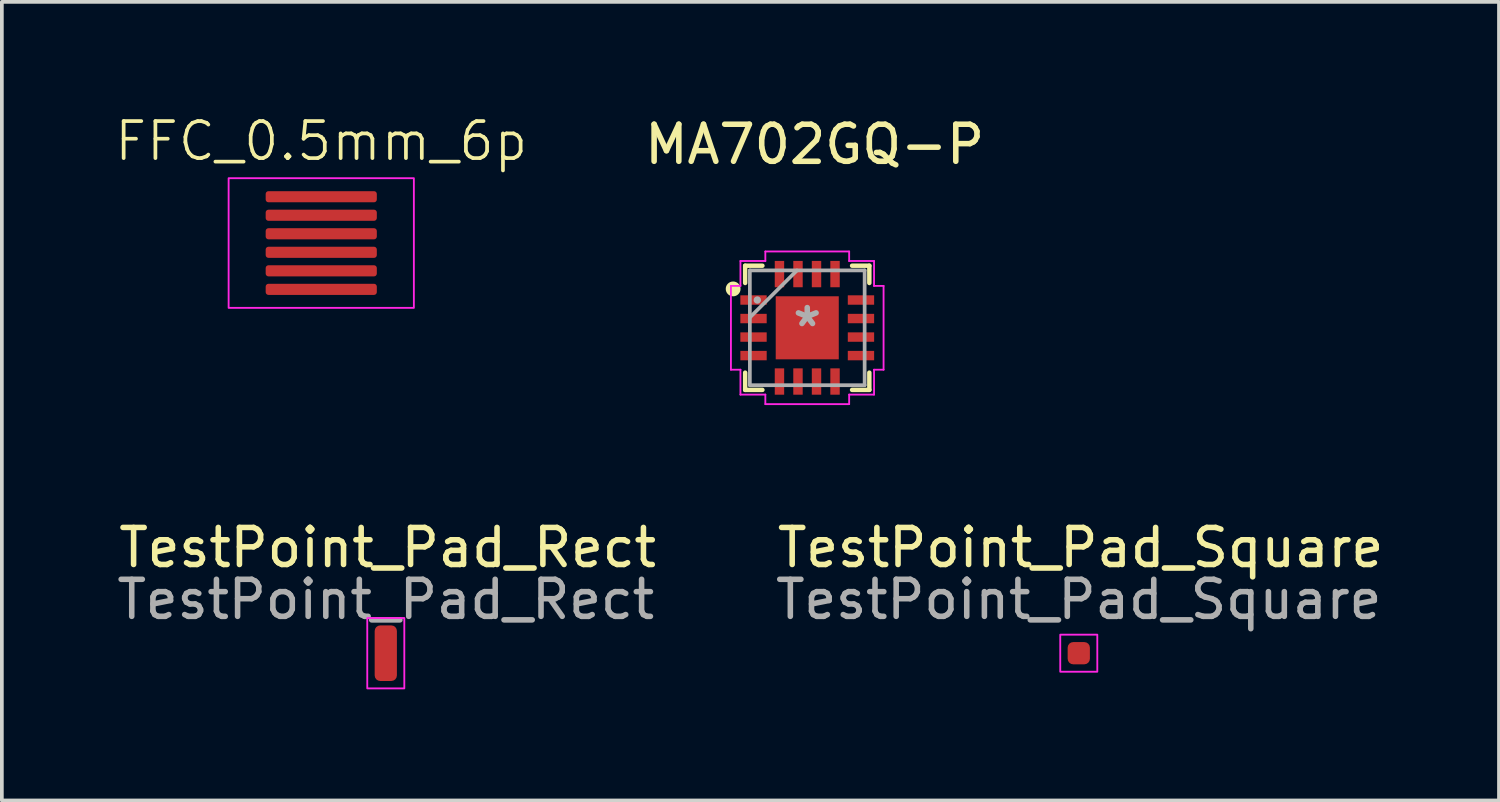
<source format=kicad_pcb>
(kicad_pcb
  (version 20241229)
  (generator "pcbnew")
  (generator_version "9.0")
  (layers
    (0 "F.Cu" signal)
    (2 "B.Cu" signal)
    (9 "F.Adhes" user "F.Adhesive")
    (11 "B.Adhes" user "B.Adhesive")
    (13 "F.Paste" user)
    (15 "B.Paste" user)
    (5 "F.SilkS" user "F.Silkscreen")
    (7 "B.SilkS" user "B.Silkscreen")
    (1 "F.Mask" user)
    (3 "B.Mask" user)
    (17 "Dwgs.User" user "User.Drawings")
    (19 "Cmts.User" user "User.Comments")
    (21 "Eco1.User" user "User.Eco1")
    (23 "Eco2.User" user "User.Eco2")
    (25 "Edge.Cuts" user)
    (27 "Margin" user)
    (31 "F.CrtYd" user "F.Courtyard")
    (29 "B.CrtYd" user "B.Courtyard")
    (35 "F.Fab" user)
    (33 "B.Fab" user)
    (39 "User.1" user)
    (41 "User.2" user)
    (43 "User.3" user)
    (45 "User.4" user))
  (footprint "MA702GQ-P"
    (layer "F.Cu")
    (at 18.739 5.798)
    (property "Reference" "MA702GQ-P" (at 0.2 -4.95 0) (layer "F.SilkS") (effects (font (size 1 1) (thickness 0.15))))
    (attr smd)
    (fp_line (start -1.676 -1.676) (end -1.676 -1.21) (stroke (width 0.12) (type solid)) (layer "F.SilkS"))
    (fp_line (start -1.676 1.21) (end -1.676 1.676) (stroke (width 0.12) (type solid)) (layer "F.SilkS"))
    (fp_line (start -1.676 1.676) (end -1.21 1.676) (stroke (width 0.12) (type solid)) (layer "F.SilkS"))
    (fp_line (start -1.21 -1.676) (end -1.676 -1.676) (stroke (width 0.12) (type solid)) (layer "F.SilkS"))
    (fp_line (start 1.21 1.676) (end 1.676 1.676) (stroke (width 0.12) (type solid)) (layer "F.SilkS"))
    (fp_line (start 1.676 -1.676) (end 1.21 -1.676) (stroke (width 0.12) (type solid)) (layer "F.SilkS"))
    (fp_line (start 1.676 -1.21) (end 1.676 -1.676) (stroke (width 0.12) (type solid)) (layer "F.SilkS"))
    (fp_line (start 1.676 1.676) (end 1.676 1.21) (stroke (width 0.12) (type solid)) (layer "F.SilkS"))
    (fp_circle (center -2 -1.05) (end -1.8 -1.05) (stroke (width 0) (type solid)) (fill yes) (layer "F.SilkS"))
    (fp_line (start -2.06 -1.131) (end -1.803 -1.131) (stroke (width 0.05) (type solid)) (layer "F.CrtYd"))
    (fp_line (start -2.06 1.131) (end -2.06 -1.131) (stroke (width 0.05) (type solid)) (layer "F.CrtYd"))
    (fp_line (start -1.803 -1.803) (end -1.131 -1.803) (stroke (width 0.05) (type solid)) (layer "F.CrtYd"))
    (fp_line (start -1.803 -1.131) (end -1.803 -1.803) (stroke (width 0.05) (type solid)) (layer "F.CrtYd"))
    (fp_line (start -1.803 1.131) (end -2.06 1.131) (stroke (width 0.05) (type solid)) (layer "F.CrtYd"))
    (fp_line (start -1.803 1.803) (end -1.803 1.131) (stroke (width 0.05) (type solid)) (layer "F.CrtYd"))
    (fp_line (start -1.131 -2.06) (end 1.131 -2.06) (stroke (width 0.05) (type solid)) (layer "F.CrtYd"))
    (fp_line (start -1.131 -1.803) (end -1.131 -2.06) (stroke (width 0.05) (type solid)) (layer "F.CrtYd"))
    (fp_line (start -1.131 1.803) (end -1.803 1.803) (stroke (width 0.05) (type solid)) (layer "F.CrtYd"))
    (fp_line (start -1.131 2.06) (end -1.131 1.803) (stroke (width 0.05) (type solid)) (layer "F.CrtYd"))
    (fp_line (start 1.131 -2.06) (end 1.131 -1.803) (stroke (width 0.05) (type solid)) (layer "F.CrtYd"))
    (fp_line (start 1.131 -1.803) (end 1.803 -1.803) (stroke (width 0.05) (type solid)) (layer "F.CrtYd"))
    (fp_line (start 1.131 1.803) (end 1.131 2.06) (stroke (width 0.05) (type solid)) (layer "F.CrtYd"))
    (fp_line (start 1.131 2.06) (end -1.131 2.06) (stroke (width 0.05) (type solid)) (layer "F.CrtYd"))
    (fp_line (start 1.803 -1.803) (end 1.803 -1.131) (stroke (width 0.05) (type solid)) (layer "F.CrtYd"))
    (fp_line (start 1.803 -1.131) (end 2.06 -1.131) (stroke (width 0.05) (type solid)) (layer "F.CrtYd"))
    (fp_line (start 1.803 1.131) (end 1.803 1.803) (stroke (width 0.05) (type solid)) (layer "F.CrtYd"))
    (fp_line (start 1.803 1.803) (end 1.131 1.803) (stroke (width 0.05) (type solid)) (layer "F.CrtYd"))
    (fp_line (start 2.06 -1.131) (end 2.06 1.131) (stroke (width 0.05) (type solid)) (layer "F.CrtYd"))
    (fp_line (start 2.06 1.131) (end 1.803 1.131) (stroke (width 0.05) (type solid)) (layer "F.CrtYd"))
    (fp_line (start -1.549 -1.549) (end -1.549 1.549) (stroke (width 0.1) (type solid)) (layer "F.Fab"))
    (fp_line (start -1.549 -0.279) (end -0.279 -1.549) (stroke (width 0.1) (type solid)) (layer "F.Fab"))
    (fp_line (start -1.549 1.549) (end 1.549 1.549) (stroke (width 0.1) (type solid)) (layer "F.Fab"))
    (fp_line (start 1.549 -1.549) (end -1.549 -1.549) (stroke (width 0.1) (type solid)) (layer "F.Fab"))
    (fp_line (start 1.549 1.549) (end 1.549 -1.549) (stroke (width 0.1) (type solid)) (layer "F.Fab"))
    (fp_circle (center -1.348 -0.75) (end -1.348 -0.75) (stroke (width 0.1) (type solid)) (fill no) (layer "F.Fab"))
    (fp_text user "*" (at 0 0 0) (layer "F.Fab") (effects (font (size 1 1) (thickness 0.15))))
    (pad "1" smd rect (at -1.45 -0.75) (size 0.711 0.254) (layers "F.Cu" "F.Mask" "F.Paste"))
    (pad "2" smd rect (at -1.45 -0.25) (size 0.711 0.254) (layers "F.Cu" "F.Mask" "F.Paste"))
    (pad "3" smd rect (at -1.45 0.25) (size 0.711 0.254) (layers "F.Cu" "F.Mask" "F.Paste"))
    (pad "4" smd rect (at -1.45 0.75) (size 0.711 0.254) (layers "F.Cu" "F.Mask" "F.Paste"))
    (pad "5" smd rect (at -0.75 1.45 90) (size 0.711 0.254) (layers "F.Cu" "F.Mask" "F.Paste"))
    (pad "6" smd rect (at -0.25 1.45 90) (size 0.711 0.254) (layers "F.Cu" "F.Mask" "F.Paste"))
    (pad "7" smd rect (at 0.25 1.45 90) (size 0.711 0.254) (layers "F.Cu" "F.Mask" "F.Paste"))
    (pad "8" smd rect (at 0.75 1.45 90) (size 0.711 0.254) (layers "F.Cu" "F.Mask" "F.Paste"))
    (pad "9" smd rect (at 1.45 0.75) (size 0.711 0.254) (layers "F.Cu" "F.Mask" "F.Paste"))
    (pad "10" smd rect (at 1.45 0.25) (size 0.711 0.254) (layers "F.Cu" "F.Mask" "F.Paste"))
    (pad "11" smd rect (at 1.45 -0.25) (size 0.711 0.254) (layers "F.Cu" "F.Mask" "F.Paste"))
    (pad "12" smd rect (at 1.45 -0.75) (size 0.711 0.254) (layers "F.Cu" "F.Mask" "F.Paste"))
    (pad "13" smd rect (at 0.75 -1.45 90) (size 0.711 0.254) (layers "F.Cu" "F.Mask" "F.Paste"))
    (pad "14" smd rect (at 0.25 -1.45 90) (size 0.711 0.254) (layers "F.Cu" "F.Mask" "F.Paste"))
    (pad "15" smd rect (at -0.25 -1.45 90) (size 0.711 0.254) (layers "F.Cu" "F.Mask" "F.Paste"))
    (pad "16" smd rect (at -0.75 -1.45 90) (size 0.711 0.254) (layers "F.Cu" "F.Mask" "F.Paste"))
    (pad "17" smd rect (at 0 0) (size 1.702 1.702) (layers "F.Cu" "F.Mask" "F.Paste")))
  (footprint "FFC_0.5mm_6p"
    (layer "F.Cu")
    (at 5.621 2.26)
    (property "Reference" "FFC_0.5mm_6p" (at 0 -1.5 0) (unlocked yes) (layer "F.SilkS") (effects (font (size 1 1) (thickness 0.1))))
    (attr exclude_from_pos_files exclude_from_bom allow_missing_courtyard)
    (fp_rect (start -2.5 -0.5) (end 2.5 3) (stroke (width 0.05) (type default)) (fill no) (layer "F.CrtYd"))
    (pad "1" smd roundrect (at 0 0) (size 3 0.3) (layers "F.Cu" "F.Mask") (roundrect_rratio 0.25))
    (pad "2" smd roundrect (at 0 0.5) (size 3 0.3) (layers "F.Cu" "F.Mask") (roundrect_rratio 0.25))
    (pad "3" smd roundrect (at 0 1) (size 3 0.3) (layers "F.Cu" "F.Mask") (roundrect_rratio 0.25))
    (pad "4" smd roundrect (at 0 1.5) (size 3 0.3) (layers "F.Cu" "F.Mask") (roundrect_rratio 0.25))
    (pad "5" smd roundrect (at 0 2) (size 3 0.3) (layers "F.Cu" "F.Mask") (roundrect_rratio 0.25))
    (pad "6" smd roundrect (at 0 2.5) (size 3 0.3) (layers "F.Cu" "F.Mask") (roundrect_rratio 0.25)))
  (footprint "TestPoint_Pad_Rect"
    (layer "F.Cu")
    (at 7.363 14.581)
    (property "Reference" "TestPoint_Pad_Rect" (at 0.05 -2.85 0) (layer "F.SilkS") (effects (font (size 1 1) (thickness 0.15))))
    (attr exclude_from_pos_files exclude_from_bom)
    (fp_rect (start -0.5 -0.95) (end 0.5 0.95) (stroke (width 0.05) (type default)) (fill no) (layer "F.CrtYd"))
    (fp_text user "${REFERENCE}" (at 0 -1.45 0) (layer "F.Fab") (effects (font (size 1 1) (thickness 0.15))))
    (pad "1" smd roundrect (at 0 0) (size 0.6 1.5) (layers "F.Cu" "F.Mask") (roundrect_rratio 0.25)))
  (footprint "TestPoint_Pad_Square"
    (layer "F.Cu")
    (at 26.068 14.581)
    (property "Reference" "TestPoint_Pad_Square" (at 0.05 -2.85 0) (layer "F.SilkS") (effects (font (size 1 1) (thickness 0.15))))
    (attr exclude_from_pos_files exclude_from_bom)
    (fp_rect (start -0.5 -0.5) (end 0.5 0.5) (stroke (width 0.05) (type default)) (fill no) (layer "F.CrtYd"))
    (fp_text user "${REFERENCE}" (at 0 -1.45 0) (layer "F.Fab") (effects (font (size 1 1) (thickness 0.15))))
    (pad "1" smd roundrect (at 0 0) (size 0.6 0.6) (layers "F.Cu" "F.Mask") (roundrect_rratio 0.25)))
  (gr_rect
    (start -3 -3)
    (end 37.41 18.556)
    (stroke (width 0.1) (type default))
    (fill no)
    (layer "Edge.Cuts")))
</source>
